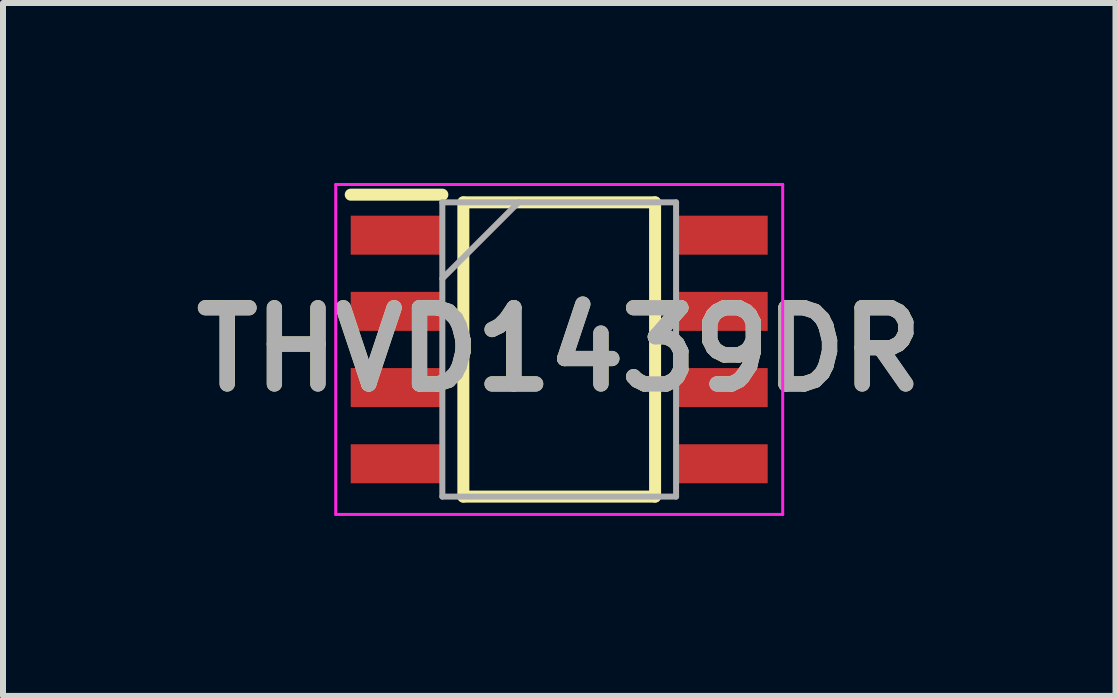
<source format=kicad_pcb>
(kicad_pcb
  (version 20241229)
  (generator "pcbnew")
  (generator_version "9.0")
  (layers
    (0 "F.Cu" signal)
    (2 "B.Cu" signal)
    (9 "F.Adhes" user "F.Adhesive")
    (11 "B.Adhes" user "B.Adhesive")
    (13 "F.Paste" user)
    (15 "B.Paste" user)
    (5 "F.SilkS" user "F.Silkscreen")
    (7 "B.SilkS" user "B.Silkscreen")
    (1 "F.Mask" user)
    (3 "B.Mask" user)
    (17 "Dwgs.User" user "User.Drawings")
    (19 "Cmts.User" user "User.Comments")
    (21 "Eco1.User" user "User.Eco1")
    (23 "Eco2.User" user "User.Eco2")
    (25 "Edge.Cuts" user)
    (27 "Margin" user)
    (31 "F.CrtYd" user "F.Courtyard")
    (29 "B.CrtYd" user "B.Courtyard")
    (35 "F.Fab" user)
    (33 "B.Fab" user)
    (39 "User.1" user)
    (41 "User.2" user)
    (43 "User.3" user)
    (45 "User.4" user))
  (footprint "THVD1439DR"
    (layer "F.Cu")
    (at 6.271 2.775)
    (property "Reference" "THVD1439DR" (at 0 0 0) (layer "F.SilkS") (effects (font (size 1.27 1.27) (thickness 0.254))))
    (attr smd)
    (fp_line (start -3.475 -2.58) (end -1.948 -2.58) (stroke (width 0.2) (type solid)) (layer "F.SilkS"))
    (fp_line (start -1.598 -2.452) (end 1.598 -2.452) (stroke (width 0.2) (type solid)) (layer "F.SilkS"))
    (fp_line (start -1.598 2.452) (end -1.598 -2.452) (stroke (width 0.2) (type solid)) (layer "F.SilkS"))
    (fp_line (start 1.598 -2.452) (end 1.598 2.452) (stroke (width 0.2) (type solid)) (layer "F.SilkS"))
    (fp_line (start 1.598 2.452) (end -1.598 2.452) (stroke (width 0.2) (type solid)) (layer "F.SilkS"))
    (fp_line (start -3.725 -2.75) (end 3.725 -2.75) (stroke (width 0.05) (type solid)) (layer "F.CrtYd"))
    (fp_line (start -3.725 2.75) (end -3.725 -2.75) (stroke (width 0.05) (type solid)) (layer "F.CrtYd"))
    (fp_line (start 3.725 -2.75) (end 3.725 2.75) (stroke (width 0.05) (type solid)) (layer "F.CrtYd"))
    (fp_line (start 3.725 2.75) (end -3.725 2.75) (stroke (width 0.05) (type solid)) (layer "F.CrtYd"))
    (fp_line (start -1.948 -2.452) (end 1.948 -2.452) (stroke (width 0.1) (type solid)) (layer "F.Fab"))
    (fp_line (start -1.948 -1.182) (end -0.678 -2.452) (stroke (width 0.1) (type solid)) (layer "F.Fab"))
    (fp_line (start -1.948 2.452) (end -1.948 -2.452) (stroke (width 0.1) (type solid)) (layer "F.Fab"))
    (fp_line (start 1.948 -2.452) (end 1.948 2.452) (stroke (width 0.1) (type solid)) (layer "F.Fab"))
    (fp_line (start 1.948 2.452) (end -1.948 2.452) (stroke (width 0.1) (type solid)) (layer "F.Fab"))
    (fp_text user "${REFERENCE}" (at 0 0 0) (layer "F.Fab") (effects (font (size 1.27 1.27) (thickness 0.254))))
    (pad "1" smd rect (at -2.711 -1.905 90) (size 0.65 1.528) (layers "F.Cu" "F.Mask" "F.Paste"))
    (pad "2" smd rect (at -2.711 -0.635 90) (size 0.65 1.528) (layers "F.Cu" "F.Mask" "F.Paste"))
    (pad "3" smd rect (at -2.711 0.635 90) (size 0.65 1.528) (layers "F.Cu" "F.Mask" "F.Paste"))
    (pad "4" smd rect (at -2.711 1.905 90) (size 0.65 1.528) (layers "F.Cu" "F.Mask" "F.Paste"))
    (pad "5" smd rect (at 2.711 1.905 90) (size 0.65 1.528) (layers "F.Cu" "F.Mask" "F.Paste"))
    (pad "6" smd rect (at 2.711 0.635 90) (size 0.65 1.528) (layers "F.Cu" "F.Mask" "F.Paste"))
    (pad "7" smd rect (at 2.711 -0.635 90) (size 0.65 1.528) (layers "F.Cu" "F.Mask" "F.Paste"))
    (pad "8" smd rect (at 2.711 -1.905 90) (size 0.65 1.528) (layers "F.Cu" "F.Mask" "F.Paste")))
  (gr_rect
    (start -3 -3)
    (end 15.543 8.55)
    (stroke (width 0.1) (type default))
    (fill no)
    (layer "Edge.Cuts")))
</source>
